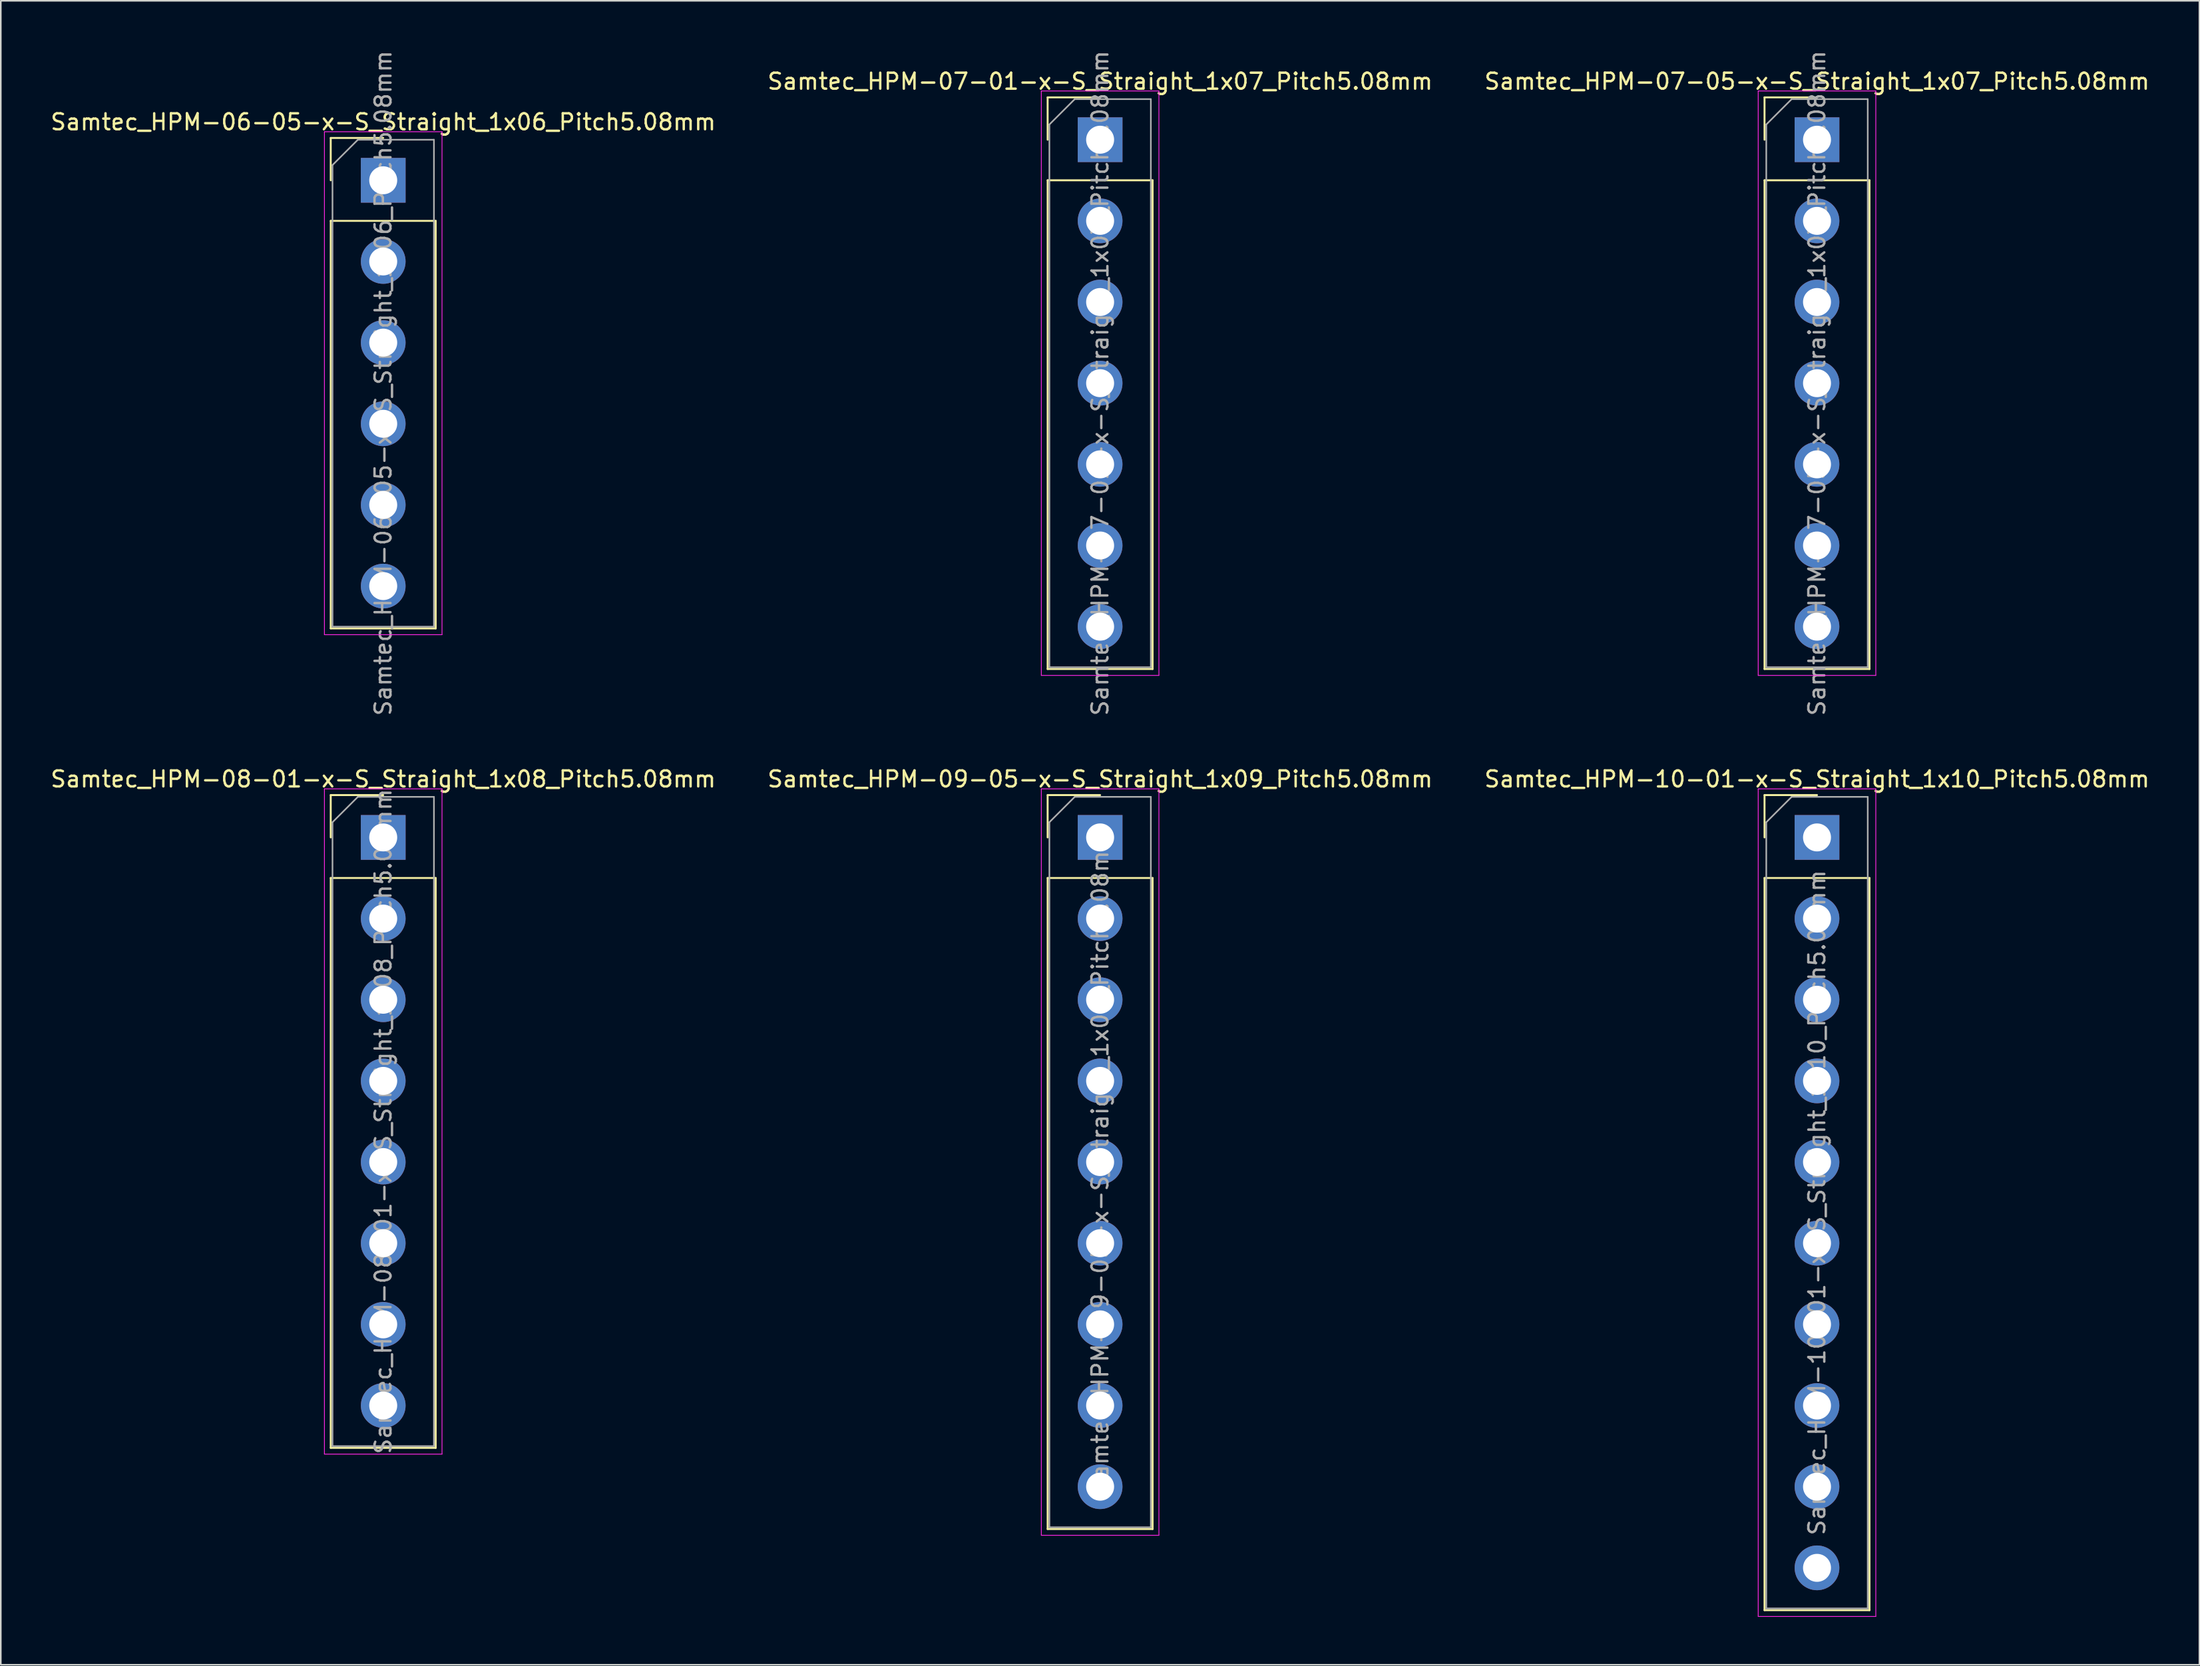
<source format=kicad_pcb>
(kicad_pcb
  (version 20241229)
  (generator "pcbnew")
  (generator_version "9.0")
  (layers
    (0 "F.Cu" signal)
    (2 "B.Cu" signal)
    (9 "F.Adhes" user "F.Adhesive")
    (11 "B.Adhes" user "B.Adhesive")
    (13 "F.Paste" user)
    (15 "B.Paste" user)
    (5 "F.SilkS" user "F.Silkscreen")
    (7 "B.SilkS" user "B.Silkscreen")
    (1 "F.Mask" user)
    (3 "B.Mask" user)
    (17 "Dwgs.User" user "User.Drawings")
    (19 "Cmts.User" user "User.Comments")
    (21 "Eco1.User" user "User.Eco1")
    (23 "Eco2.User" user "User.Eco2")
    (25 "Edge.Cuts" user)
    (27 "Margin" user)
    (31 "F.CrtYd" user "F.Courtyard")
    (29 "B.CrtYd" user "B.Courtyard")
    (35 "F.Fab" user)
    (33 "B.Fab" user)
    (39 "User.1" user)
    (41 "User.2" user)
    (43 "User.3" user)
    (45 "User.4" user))
  (footprint "Samtec_HPM-07-05-x-S_Straight_1x07_Pitch5.08mm"
    (layer "F.Cu")
    (at 110.673 5.695)
    (property "Reference" "Samtec_HPM-07-05-x-S_Straight_1x07_Pitch5.08mm" (at 0 -3.65 0) (layer "F.SilkS") (effects (font (size 1 1) (thickness 0.15))))
    (attr through_hole)
    (fp_line (start -3.285 -2.65) (end 0 -2.65) (stroke (width 0.12) (type solid)) (layer "F.SilkS"))
    (fp_line (start -3.285 0) (end -3.285 -2.65) (stroke (width 0.12) (type solid)) (layer "F.SilkS"))
    (fp_line (start -3.285 2.54) (end -3.285 33.13) (stroke (width 0.12) (type solid)) (layer "F.SilkS"))
    (fp_line (start -3.285 2.54) (end 3.285 2.54) (stroke (width 0.12) (type solid)) (layer "F.SilkS"))
    (fp_line (start -3.285 33.13) (end 3.285 33.13) (stroke (width 0.12) (type solid)) (layer "F.SilkS"))
    (fp_line (start 3.285 2.54) (end 3.285 33.13) (stroke (width 0.12) (type solid)) (layer "F.SilkS"))
    (fp_line (start -3.68 -3.05) (end -3.68 33.53) (stroke (width 0.05) (type solid)) (layer "F.CrtYd"))
    (fp_line (start -3.68 33.53) (end 3.68 33.53) (stroke (width 0.05) (type solid)) (layer "F.CrtYd"))
    (fp_line (start 3.68 -3.05) (end -3.68 -3.05) (stroke (width 0.05) (type solid)) (layer "F.CrtYd"))
    (fp_line (start 3.68 33.53) (end 3.68 -3.05) (stroke (width 0.05) (type solid)) (layer "F.CrtYd"))
    (fp_line (start -3.175 -0.953) (end -1.587 -2.54) (stroke (width 0.1) (type solid)) (layer "F.Fab"))
    (fp_line (start -3.175 33.02) (end -3.175 -0.953) (stroke (width 0.1) (type solid)) (layer "F.Fab"))
    (fp_line (start -1.587 -2.54) (end 3.175 -2.54) (stroke (width 0.1) (type solid)) (layer "F.Fab"))
    (fp_line (start 3.175 -2.54) (end 3.175 33.02) (stroke (width 0.1) (type solid)) (layer "F.Fab"))
    (fp_line (start 3.175 33.02) (end -3.175 33.02) (stroke (width 0.1) (type solid)) (layer "F.Fab"))
    (fp_text user "${REFERENCE}" (at 0 15.24 90) (layer "F.Fab") (effects (font (size 1 1) (thickness 0.15))))
    (pad "1" thru_hole rect (at 0 0) (size 2.8 2.8) (drill 1.75) (layers "*.Cu" "*.Mask"))
    (pad "2" thru_hole circle (at 0 5.08) (size 2.8 2.8) (drill 1.75) (layers "*.Cu" "*.Mask"))
    (pad "3" thru_hole circle (at 0 10.16) (size 2.8 2.8) (drill 1.75) (layers "*.Cu" "*.Mask"))
    (pad "4" thru_hole circle (at 0 15.24) (size 2.8 2.8) (drill 1.75) (layers "*.Cu" "*.Mask"))
    (pad "5" thru_hole circle (at 0 20.32) (size 2.8 2.8) (drill 1.75) (layers "*.Cu" "*.Mask"))
    (pad "6" thru_hole circle (at 0 25.4) (size 2.8 2.8) (drill 1.75) (layers "*.Cu" "*.Mask"))
    (pad "7" thru_hole circle (at 0 30.48) (size 2.8 2.8) (drill 1.75) (layers "*.Cu" "*.Mask")))
  (footprint "Samtec_HPM-10-01-x-S_Straight_1x10_Pitch5.08mm"
    (layer "F.Cu")
    (at 110.673 49.367)
    (property "Reference" "Samtec_HPM-10-01-x-S_Straight_1x10_Pitch5.08mm" (at 0 -3.65 0) (layer "F.SilkS") (effects (font (size 1 1) (thickness 0.15))))
    (attr through_hole)
    (fp_line (start -3.285 -2.65) (end 0 -2.65) (stroke (width 0.12) (type solid)) (layer "F.SilkS"))
    (fp_line (start -3.285 0) (end -3.285 -2.65) (stroke (width 0.12) (type solid)) (layer "F.SilkS"))
    (fp_line (start -3.285 2.54) (end -3.285 48.37) (stroke (width 0.12) (type solid)) (layer "F.SilkS"))
    (fp_line (start -3.285 2.54) (end 3.285 2.54) (stroke (width 0.12) (type solid)) (layer "F.SilkS"))
    (fp_line (start -3.285 48.37) (end 3.285 48.37) (stroke (width 0.12) (type solid)) (layer "F.SilkS"))
    (fp_line (start 3.285 2.54) (end 3.285 48.37) (stroke (width 0.12) (type solid)) (layer "F.SilkS"))
    (fp_line (start -3.68 -3.04) (end -3.68 48.76) (stroke (width 0.05) (type solid)) (layer "F.CrtYd"))
    (fp_line (start -3.68 48.76) (end 3.68 48.76) (stroke (width 0.05) (type solid)) (layer "F.CrtYd"))
    (fp_line (start 3.68 -3.04) (end -3.68 -3.04) (stroke (width 0.05) (type solid)) (layer "F.CrtYd"))
    (fp_line (start 3.68 48.76) (end 3.68 -3.04) (stroke (width 0.05) (type solid)) (layer "F.CrtYd"))
    (fp_line (start -3.175 -0.953) (end -1.587 -2.54) (stroke (width 0.1) (type solid)) (layer "F.Fab"))
    (fp_line (start -3.175 48.26) (end -3.175 -0.953) (stroke (width 0.1) (type solid)) (layer "F.Fab"))
    (fp_line (start -1.587 -2.54) (end 3.175 -2.54) (stroke (width 0.1) (type solid)) (layer "F.Fab"))
    (fp_line (start 3.175 -2.54) (end 3.175 48.26) (stroke (width 0.1) (type solid)) (layer "F.Fab"))
    (fp_line (start 3.175 48.26) (end -3.175 48.26) (stroke (width 0.1) (type solid)) (layer "F.Fab"))
    (fp_text user "${REFERENCE}" (at 0 22.86 90) (layer "F.Fab") (effects (font (size 1 1) (thickness 0.15))))
    (pad "1" thru_hole rect (at 0 0) (size 2.8 2.8) (drill 1.75) (layers "*.Cu" "*.Mask"))
    (pad "2" thru_hole circle (at 0 5.08) (size 2.8 2.8) (drill 1.75) (layers "*.Cu" "*.Mask"))
    (pad "3" thru_hole circle (at 0 10.16) (size 2.8 2.8) (drill 1.75) (layers "*.Cu" "*.Mask"))
    (pad "4" thru_hole circle (at 0 15.24) (size 2.8 2.8) (drill 1.75) (layers "*.Cu" "*.Mask"))
    (pad "5" thru_hole circle (at 0 20.32) (size 2.8 2.8) (drill 1.75) (layers "*.Cu" "*.Mask"))
    (pad "6" thru_hole circle (at 0 25.4) (size 2.8 2.8) (drill 1.75) (layers "*.Cu" "*.Mask"))
    (pad "7" thru_hole circle (at 0 30.48) (size 2.8 2.8) (drill 1.75) (layers "*.Cu" "*.Mask"))
    (pad "8" thru_hole circle (at 0 35.56) (size 2.8 2.8) (drill 1.75) (layers "*.Cu" "*.Mask"))
    (pad "9" thru_hole circle (at 0 40.64) (size 2.8 2.8) (drill 1.75) (layers "*.Cu" "*.Mask"))
    (pad "10" thru_hole circle (at 0 45.72) (size 2.8 2.8) (drill 1.75) (layers "*.Cu" "*.Mask")))
  (footprint "Samtec_HPM-06-05-x-S_Straight_1x06_Pitch5.08mm"
    (layer "F.Cu")
    (at 20.935 8.235)
    (property "Reference" "Samtec_HPM-06-05-x-S_Straight_1x06_Pitch5.08mm" (at 0 -3.65 0) (layer "F.SilkS") (effects (font (size 1 1) (thickness 0.15))))
    (attr through_hole)
    (fp_line (start -3.285 -2.65) (end 0 -2.65) (stroke (width 0.12) (type solid)) (layer "F.SilkS"))
    (fp_line (start -3.285 0) (end -3.285 -2.65) (stroke (width 0.12) (type solid)) (layer "F.SilkS"))
    (fp_line (start -3.285 2.54) (end -3.285 28.05) (stroke (width 0.12) (type solid)) (layer "F.SilkS"))
    (fp_line (start -3.285 2.54) (end 3.285 2.54) (stroke (width 0.12) (type solid)) (layer "F.SilkS"))
    (fp_line (start -3.285 28.05) (end 3.285 28.05) (stroke (width 0.12) (type solid)) (layer "F.SilkS"))
    (fp_line (start 3.285 2.54) (end 3.285 28.05) (stroke (width 0.12) (type solid)) (layer "F.SilkS"))
    (fp_line (start -3.68 -3.04) (end -3.68 28.44) (stroke (width 0.05) (type solid)) (layer "F.CrtYd"))
    (fp_line (start -3.68 28.44) (end 3.68 28.44) (stroke (width 0.05) (type solid)) (layer "F.CrtYd"))
    (fp_line (start 3.68 -3.04) (end -3.68 -3.04) (stroke (width 0.05) (type solid)) (layer "F.CrtYd"))
    (fp_line (start 3.68 28.44) (end 3.68 -3.04) (stroke (width 0.05) (type solid)) (layer "F.CrtYd"))
    (fp_line (start -3.175 -0.953) (end -1.587 -2.54) (stroke (width 0.1) (type solid)) (layer "F.Fab"))
    (fp_line (start -3.175 27.94) (end -3.175 -0.953) (stroke (width 0.1) (type solid)) (layer "F.Fab"))
    (fp_line (start -1.587 -2.54) (end 3.175 -2.54) (stroke (width 0.1) (type solid)) (layer "F.Fab"))
    (fp_line (start 3.175 -2.54) (end 3.175 27.94) (stroke (width 0.1) (type solid)) (layer "F.Fab"))
    (fp_line (start 3.175 27.94) (end -3.175 27.94) (stroke (width 0.1) (type solid)) (layer "F.Fab"))
    (fp_text user "${REFERENCE}" (at 0 12.7 90) (layer "F.Fab") (effects (font (size 1 1) (thickness 0.15))))
    (pad "1" thru_hole rect (at 0 0) (size 2.8 2.8) (drill 1.75) (layers "*.Cu" "*.Mask"))
    (pad "2" thru_hole circle (at 0 5.08) (size 2.8 2.8) (drill 1.75) (layers "*.Cu" "*.Mask"))
    (pad "3" thru_hole circle (at 0 10.16) (size 2.8 2.8) (drill 1.75) (layers "*.Cu" "*.Mask"))
    (pad "4" thru_hole circle (at 0 15.24) (size 2.8 2.8) (drill 1.75) (layers "*.Cu" "*.Mask"))
    (pad "5" thru_hole circle (at 0 20.32) (size 2.8 2.8) (drill 1.75) (layers "*.Cu" "*.Mask"))
    (pad "6" thru_hole circle (at 0 25.4) (size 2.8 2.8) (drill 1.75) (layers "*.Cu" "*.Mask")))
  (footprint "Samtec_HPM-07-01-x-S_Straight_1x07_Pitch5.08mm"
    (layer "F.Cu")
    (at 65.804 5.695)
    (property "Reference" "Samtec_HPM-07-01-x-S_Straight_1x07_Pitch5.08mm" (at 0 -3.65 0) (layer "F.SilkS") (effects (font (size 1 1) (thickness 0.15))))
    (attr through_hole)
    (fp_line (start -3.285 -2.65) (end 0 -2.65) (stroke (width 0.12) (type solid)) (layer "F.SilkS"))
    (fp_line (start -3.285 0) (end -3.285 -2.65) (stroke (width 0.12) (type solid)) (layer "F.SilkS"))
    (fp_line (start -3.285 2.54) (end -3.285 33.13) (stroke (width 0.12) (type solid)) (layer "F.SilkS"))
    (fp_line (start -3.285 2.54) (end 3.285 2.54) (stroke (width 0.12) (type solid)) (layer "F.SilkS"))
    (fp_line (start -3.285 33.13) (end 3.285 33.13) (stroke (width 0.12) (type solid)) (layer "F.SilkS"))
    (fp_line (start 3.285 2.54) (end 3.285 33.13) (stroke (width 0.12) (type solid)) (layer "F.SilkS"))
    (fp_line (start -3.68 -3.05) (end -3.68 33.53) (stroke (width 0.05) (type solid)) (layer "F.CrtYd"))
    (fp_line (start -3.68 33.53) (end 3.68 33.53) (stroke (width 0.05) (type solid)) (layer "F.CrtYd"))
    (fp_line (start 3.68 -3.05) (end -3.68 -3.05) (stroke (width 0.05) (type solid)) (layer "F.CrtYd"))
    (fp_line (start 3.68 33.53) (end 3.68 -3.05) (stroke (width 0.05) (type solid)) (layer "F.CrtYd"))
    (fp_line (start -3.175 -0.953) (end -1.587 -2.54) (stroke (width 0.1) (type solid)) (layer "F.Fab"))
    (fp_line (start -3.175 33.02) (end -3.175 -0.953) (stroke (width 0.1) (type solid)) (layer "F.Fab"))
    (fp_line (start -1.587 -2.54) (end 3.175 -2.54) (stroke (width 0.1) (type solid)) (layer "F.Fab"))
    (fp_line (start 3.175 -2.54) (end 3.175 33.02) (stroke (width 0.1) (type solid)) (layer "F.Fab"))
    (fp_line (start 3.175 33.02) (end -3.175 33.02) (stroke (width 0.1) (type solid)) (layer "F.Fab"))
    (fp_text user "${REFERENCE}" (at 0 15.24 90) (layer "F.Fab") (effects (font (size 1 1) (thickness 0.15))))
    (pad "1" thru_hole rect (at 0 0) (size 2.8 2.8) (drill 1.75) (layers "*.Cu" "*.Mask"))
    (pad "2" thru_hole circle (at 0 5.08) (size 2.8 2.8) (drill 1.75) (layers "*.Cu" "*.Mask"))
    (pad "3" thru_hole circle (at 0 10.16) (size 2.8 2.8) (drill 1.75) (layers "*.Cu" "*.Mask"))
    (pad "4" thru_hole circle (at 0 15.24) (size 2.8 2.8) (drill 1.75) (layers "*.Cu" "*.Mask"))
    (pad "5" thru_hole circle (at 0 20.32) (size 2.8 2.8) (drill 1.75) (layers "*.Cu" "*.Mask"))
    (pad "6" thru_hole circle (at 0 25.4) (size 2.8 2.8) (drill 1.75) (layers "*.Cu" "*.Mask"))
    (pad "7" thru_hole circle (at 0 30.48) (size 2.8 2.8) (drill 1.75) (layers "*.Cu" "*.Mask")))
  (footprint "Samtec_HPM-08-01-x-S_Straight_1x08_Pitch5.08mm"
    (layer "F.Cu")
    (at 20.935 49.367)
    (property "Reference" "Samtec_HPM-08-01-x-S_Straight_1x08_Pitch5.08mm" (at 0 -3.65 0) (layer "F.SilkS") (effects (font (size 1 1) (thickness 0.15))))
    (attr through_hole)
    (fp_line (start -3.285 -2.65) (end 0 -2.65) (stroke (width 0.12) (type solid)) (layer "F.SilkS"))
    (fp_line (start -3.285 0) (end -3.285 -2.65) (stroke (width 0.12) (type solid)) (layer "F.SilkS"))
    (fp_line (start -3.285 2.54) (end -3.285 38.21) (stroke (width 0.12) (type solid)) (layer "F.SilkS"))
    (fp_line (start -3.285 2.54) (end 3.285 2.54) (stroke (width 0.12) (type solid)) (layer "F.SilkS"))
    (fp_line (start -3.285 38.21) (end 3.285 38.21) (stroke (width 0.12) (type solid)) (layer "F.SilkS"))
    (fp_line (start 3.285 2.54) (end 3.285 38.21) (stroke (width 0.12) (type solid)) (layer "F.SilkS"))
    (fp_line (start -3.68 -3.04) (end -3.68 38.6) (stroke (width 0.05) (type solid)) (layer "F.CrtYd"))
    (fp_line (start -3.68 38.6) (end 3.68 38.6) (stroke (width 0.05) (type solid)) (layer "F.CrtYd"))
    (fp_line (start 3.68 -3.04) (end -3.68 -3.04) (stroke (width 0.05) (type solid)) (layer "F.CrtYd"))
    (fp_line (start 3.68 38.6) (end 3.68 -3.04) (stroke (width 0.05) (type solid)) (layer "F.CrtYd"))
    (fp_line (start -3.175 -0.953) (end -1.587 -2.54) (stroke (width 0.1) (type solid)) (layer "F.Fab"))
    (fp_line (start -3.175 38.1) (end -3.175 -0.953) (stroke (width 0.1) (type solid)) (layer "F.Fab"))
    (fp_line (start -1.587 -2.54) (end 3.175 -2.54) (stroke (width 0.1) (type solid)) (layer "F.Fab"))
    (fp_line (start 3.175 -2.54) (end 3.175 38.1) (stroke (width 0.1) (type solid)) (layer "F.Fab"))
    (fp_line (start 3.175 38.1) (end -3.175 38.1) (stroke (width 0.1) (type solid)) (layer "F.Fab"))
    (fp_text user "${REFERENCE}" (at 0 17.78 90) (layer "F.Fab") (effects (font (size 1 1) (thickness 0.15))))
    (pad "1" thru_hole rect (at 0 0) (size 2.8 2.8) (drill 1.75) (layers "*.Cu" "*.Mask"))
    (pad "2" thru_hole circle (at 0 5.08) (size 2.8 2.8) (drill 1.75) (layers "*.Cu" "*.Mask"))
    (pad "3" thru_hole circle (at 0 10.16) (size 2.8 2.8) (drill 1.75) (layers "*.Cu" "*.Mask"))
    (pad "4" thru_hole circle (at 0 15.24) (size 2.8 2.8) (drill 1.75) (layers "*.Cu" "*.Mask"))
    (pad "5" thru_hole circle (at 0 20.32) (size 2.8 2.8) (drill 1.75) (layers "*.Cu" "*.Mask"))
    (pad "6" thru_hole circle (at 0 25.4) (size 2.8 2.8) (drill 1.75) (layers "*.Cu" "*.Mask"))
    (pad "7" thru_hole circle (at 0 30.48) (size 2.8 2.8) (drill 1.75) (layers "*.Cu" "*.Mask"))
    (pad "8" thru_hole circle (at 0 35.56) (size 2.8 2.8) (drill 1.75) (layers "*.Cu" "*.Mask")))
  (footprint "Samtec_HPM-09-05-x-S_Straight_1x09_Pitch5.08mm"
    (layer "F.Cu")
    (at 65.804 49.367)
    (property "Reference" "Samtec_HPM-09-05-x-S_Straight_1x09_Pitch5.08mm" (at 0 -3.65 0) (layer "F.SilkS") (effects (font (size 1 1) (thickness 0.15))))
    (attr through_hole)
    (fp_line (start -3.285 -2.65) (end 0 -2.65) (stroke (width 0.12) (type solid)) (layer "F.SilkS"))
    (fp_line (start -3.285 0) (end -3.285 -2.65) (stroke (width 0.12) (type solid)) (layer "F.SilkS"))
    (fp_line (start -3.285 2.54) (end -3.285 43.29) (stroke (width 0.12) (type solid)) (layer "F.SilkS"))
    (fp_line (start -3.285 2.54) (end 3.285 2.54) (stroke (width 0.12) (type solid)) (layer "F.SilkS"))
    (fp_line (start -3.285 43.29) (end 3.285 43.29) (stroke (width 0.12) (type solid)) (layer "F.SilkS"))
    (fp_line (start 3.285 2.54) (end 3.285 43.29) (stroke (width 0.12) (type solid)) (layer "F.SilkS"))
    (fp_line (start -3.68 -3.04) (end -3.68 43.68) (stroke (width 0.05) (type solid)) (layer "F.CrtYd"))
    (fp_line (start -3.68 43.68) (end 3.68 43.68) (stroke (width 0.05) (type solid)) (layer "F.CrtYd"))
    (fp_line (start 3.68 -3.04) (end -3.68 -3.04) (stroke (width 0.05) (type solid)) (layer "F.CrtYd"))
    (fp_line (start 3.68 43.68) (end 3.68 -3.04) (stroke (width 0.05) (type solid)) (layer "F.CrtYd"))
    (fp_line (start -3.175 -0.953) (end -1.587 -2.54) (stroke (width 0.1) (type solid)) (layer "F.Fab"))
    (fp_line (start -3.175 43.18) (end -3.175 -0.953) (stroke (width 0.1) (type solid)) (layer "F.Fab"))
    (fp_line (start -1.587 -2.54) (end 3.175 -2.54) (stroke (width 0.1) (type solid)) (layer "F.Fab"))
    (fp_line (start 3.175 -2.54) (end 3.175 43.18) (stroke (width 0.1) (type solid)) (layer "F.Fab"))
    (fp_line (start 3.175 43.18) (end -3.175 43.18) (stroke (width 0.1) (type solid)) (layer "F.Fab"))
    (fp_text user "${REFERENCE}" (at 0 20.32 90) (layer "F.Fab") (effects (font (size 1 1) (thickness 0.15))))
    (pad "1" thru_hole rect (at 0 0) (size 2.8 2.8) (drill 1.75) (layers "*.Cu" "*.Mask"))
    (pad "2" thru_hole circle (at 0 5.08) (size 2.8 2.8) (drill 1.75) (layers "*.Cu" "*.Mask"))
    (pad "3" thru_hole circle (at 0 10.16) (size 2.8 2.8) (drill 1.75) (layers "*.Cu" "*.Mask"))
    (pad "4" thru_hole circle (at 0 15.24) (size 2.8 2.8) (drill 1.75) (layers "*.Cu" "*.Mask"))
    (pad "5" thru_hole circle (at 0 20.32) (size 2.8 2.8) (drill 1.75) (layers "*.Cu" "*.Mask"))
    (pad "6" thru_hole circle (at 0 25.4) (size 2.8 2.8) (drill 1.75) (layers "*.Cu" "*.Mask"))
    (pad "7" thru_hole circle (at 0 30.48) (size 2.8 2.8) (drill 1.75) (layers "*.Cu" "*.Mask"))
    (pad "8" thru_hole circle (at 0 35.56) (size 2.8 2.8) (drill 1.75) (layers "*.Cu" "*.Mask"))
    (pad "9" thru_hole circle (at 0 40.64) (size 2.8 2.8) (drill 1.75) (layers "*.Cu" "*.Mask")))
  (gr_rect
    (start -3 -3)
    (end 134.607 101.152)
    (stroke (width 0.1) (type default))
    (fill no)
    (layer "Edge.Cuts")))
</source>
